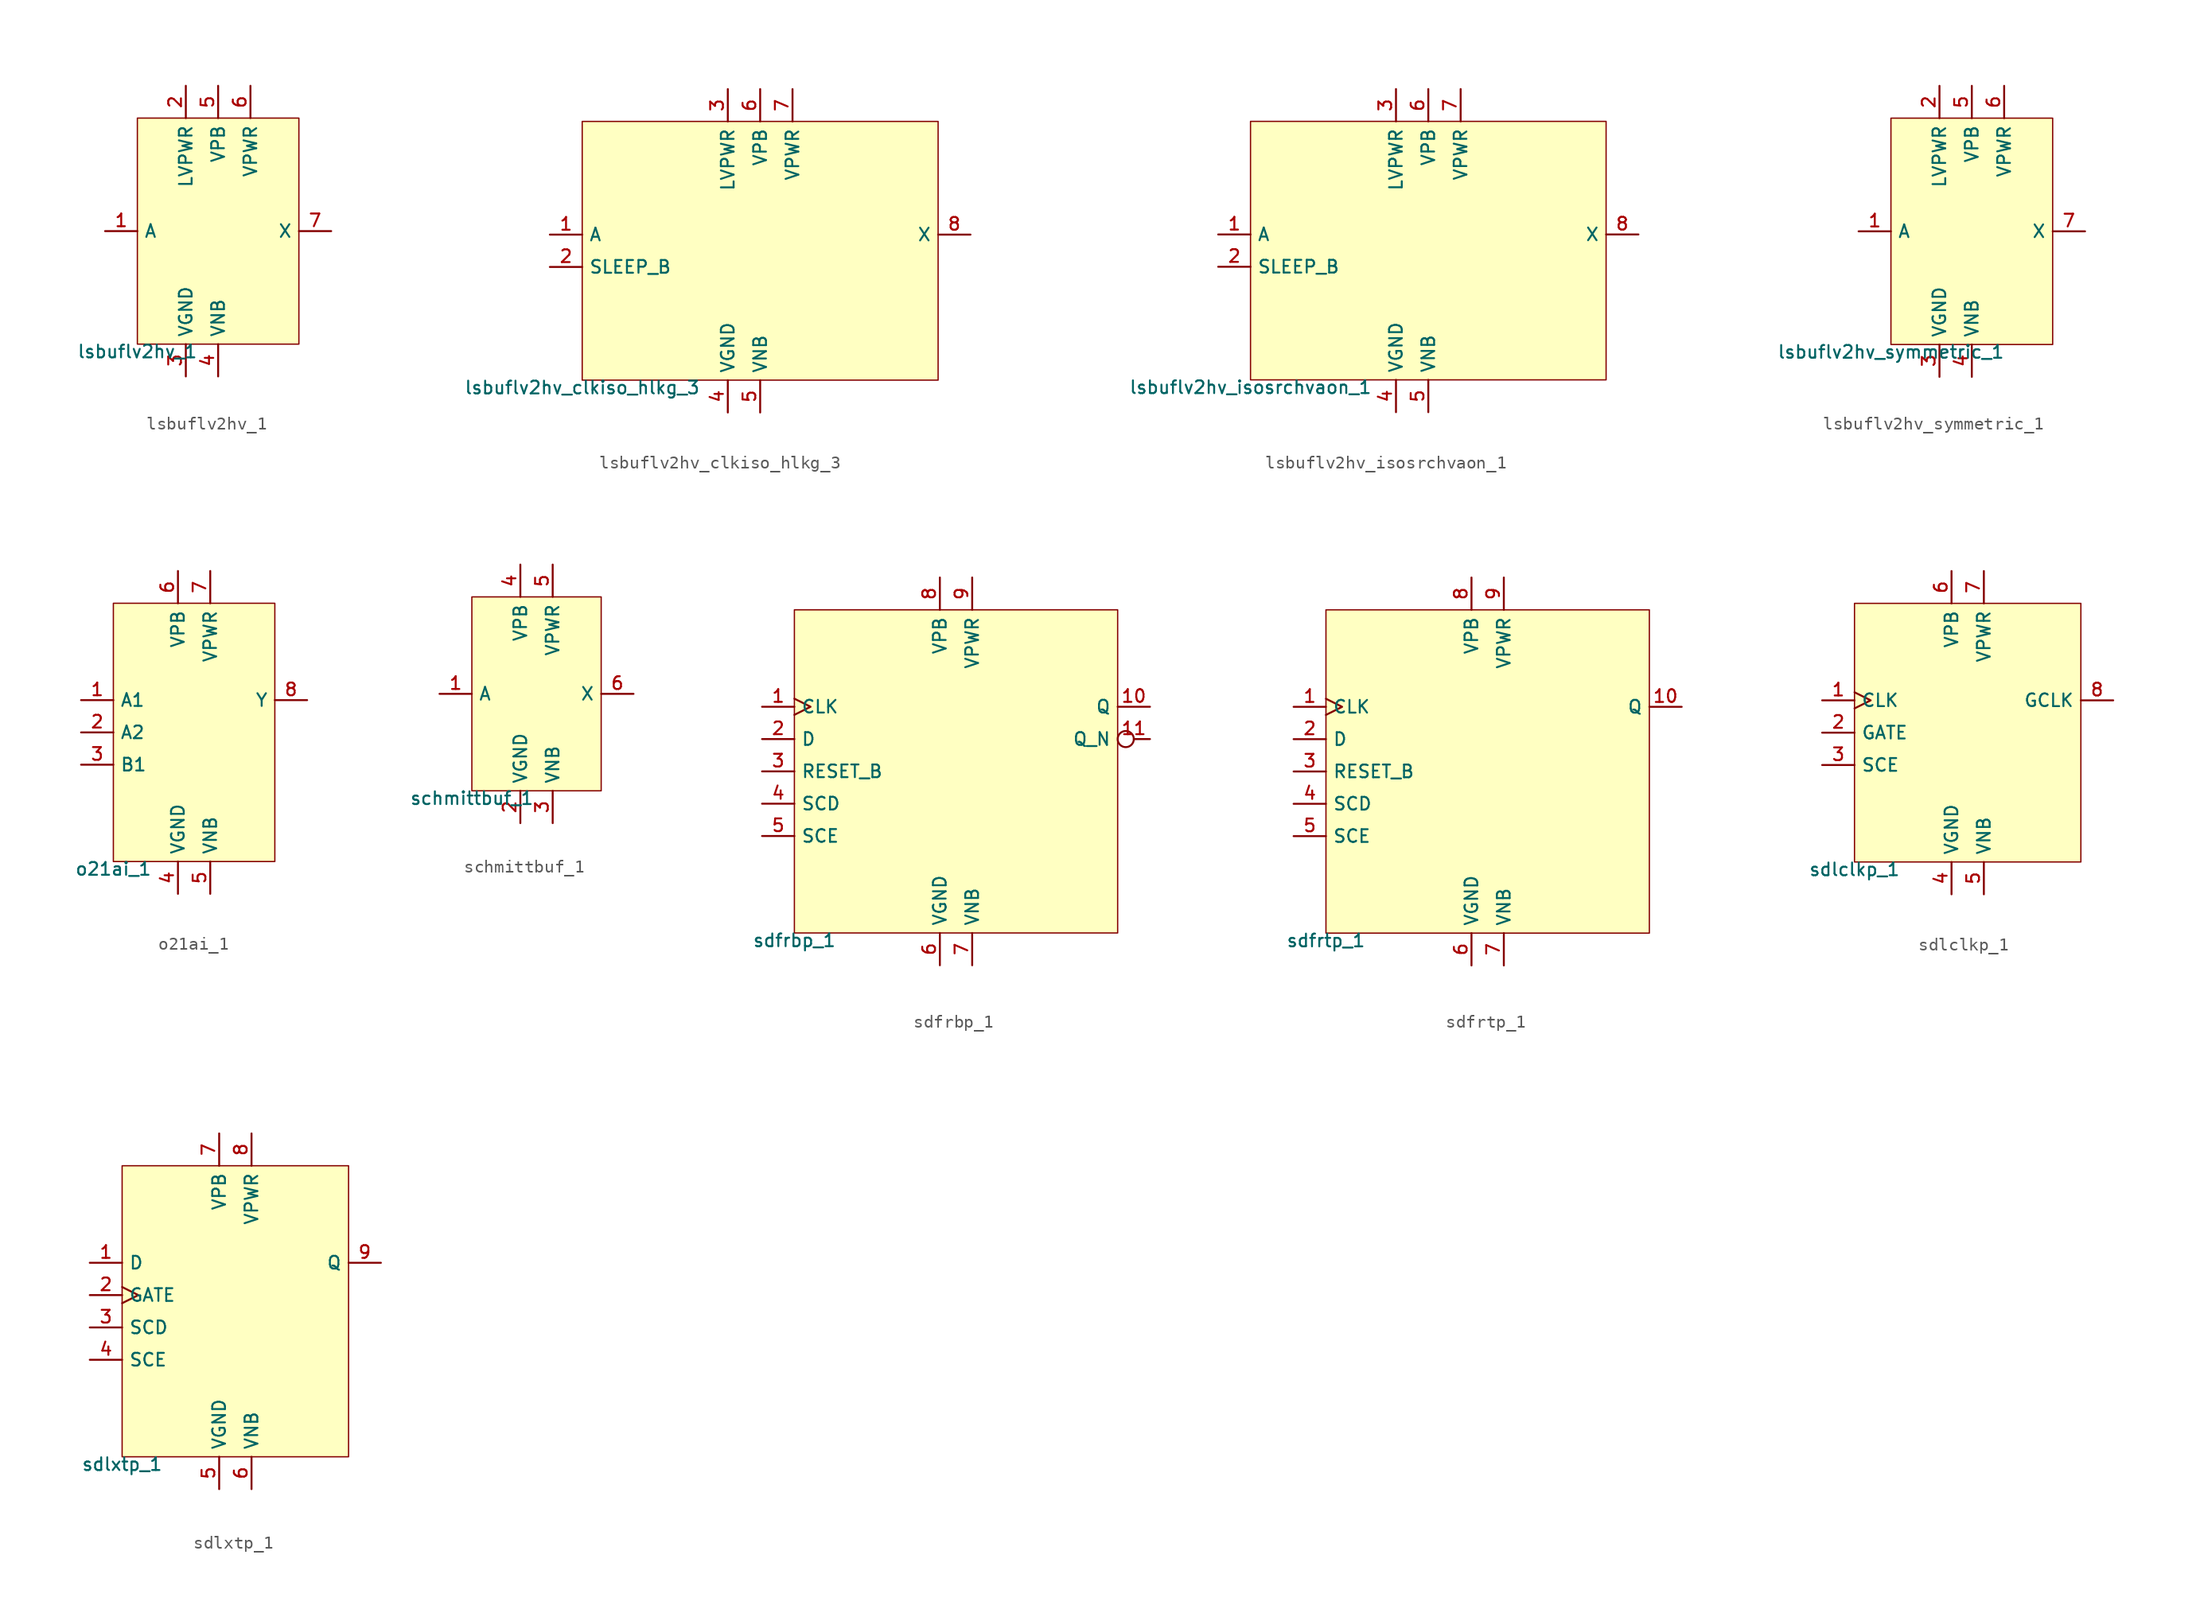
<source format=kicad_sym>
(kicad_symbol_lib
  (version 20211014)
  (generator pdk2kicad)
  (symbol "lsbuflv2hv_1"
    (property "Reference" "X"
      (at 0 0 0)
      (effects (font (size 1 1)) hide))
    (property "Value" "lsbuflv2hv_1"
      (at -6.35 -8.89 0)
      (effects (font (size 1 1)) (justify top)))
    (rectangle
      (start -6.35 -8.89)
      (end 6.35 8.89)
      (stroke (width 0.1) (type solid) (color 0 0 0 0))
      (fill (type background)))
    (pin input line
      (at -8.89 8.881784197001252e-16 0)
      (length 2.54)
      (name "A" (effects (font (size 1 1)) hide))
      (number "1" (effects (font (size 1 1)) hide)))
    (pin power_in line
      (at -2.54 11.43 270)
      (length 2.54)
      (name "LVPWR" (effects (font (size 1 1)) hide))
      (number "2" (effects (font (size 1 1)) hide)))
    (pin power_in line
      (at -2.54 -11.43 90)
      (length 2.54)
      (name "VGND" (effects (font (size 1 1)) hide))
      (number "3" (effects (font (size 1 1)) hide)))
    (pin power_in line
      (at 4.440892098500626e-16 -11.43 90)
      (length 2.54)
      (name "VNB" (effects (font (size 1 1)) hide))
      (number "4" (effects (font (size 1 1)) hide)))
    (pin power_in line
      (at 4.440892098500626e-16 11.43 270)
      (length 2.54)
      (name "VPB" (effects (font (size 1 1)) hide))
      (number "5" (effects (font (size 1 1)) hide)))
    (pin power_in line
      (at 2.54 11.43 270)
      (length 2.54)
      (name "VPWR" (effects (font (size 1 1)) hide))
      (number "6" (effects (font (size 1 1)) hide)))
    (pin output line
      (at 8.89 8.881784197001252e-16 180)
      (length 2.54)
      (name "X" (effects (font (size 1 1)) hide))
      (number "7" (effects (font (size 1 1)) hide))))
  (symbol "lsbuflv2hv_clkiso_hlkg_3"
    (property "Reference" "X"
      (at 0 0 0)
      (effects (font (size 1 1)) hide))
    (property "Value" "lsbuflv2hv_clkiso_hlkg_3"
      (at -13.97 -10.16 0)
      (effects (font (size 1 1)) (justify top)))
    (rectangle
      (start -13.97 -10.16)
      (end 13.97 10.16)
      (stroke (width 0.1) (type solid) (color 0 0 0 0))
      (fill (type background)))
    (pin input line
      (at -16.51 1.27 0)
      (length 2.54)
      (name "A" (effects (font (size 1 1)) hide))
      (number "1" (effects (font (size 1 1)) hide)))
    (pin input line
      (at -16.51 -1.27 0)
      (length 2.54)
      (name "SLEEP_B" (effects (font (size 1 1)) hide))
      (number "2" (effects (font (size 1 1)) hide)))
    (pin power_in line
      (at -2.54 12.7 270)
      (length 2.54)
      (name "LVPWR" (effects (font (size 1 1)) hide))
      (number "3" (effects (font (size 1 1)) hide)))
    (pin power_in line
      (at -2.54 -12.7 90)
      (length 2.54)
      (name "VGND" (effects (font (size 1 1)) hide))
      (number "4" (effects (font (size 1 1)) hide)))
    (pin power_in line
      (at 0.0 -12.7 90)
      (length 2.54)
      (name "VNB" (effects (font (size 1 1)) hide))
      (number "5" (effects (font (size 1 1)) hide)))
    (pin power_in line
      (at 0.0 12.7 270)
      (length 2.54)
      (name "VPB" (effects (font (size 1 1)) hide))
      (number "6" (effects (font (size 1 1)) hide)))
    (pin power_in line
      (at 2.54 12.7 270)
      (length 2.54)
      (name "VPWR" (effects (font (size 1 1)) hide))
      (number "7" (effects (font (size 1 1)) hide)))
    (pin output line
      (at 16.51 1.27 180)
      (length 2.54)
      (name "X" (effects (font (size 1 1)) hide))
      (number "8" (effects (font (size 1 1)) hide))))
  (symbol "lsbuflv2hv_isosrchvaon_1"
    (property "Reference" "X"
      (at 0 0 0)
      (effects (font (size 1 1)) hide))
    (property "Value" "lsbuflv2hv_isosrchvaon_1"
      (at -13.97 -10.16 0)
      (effects (font (size 1 1)) (justify top)))
    (rectangle
      (start -13.97 -10.16)
      (end 13.97 10.16)
      (stroke (width 0.1) (type solid) (color 0 0 0 0))
      (fill (type background)))
    (pin input line
      (at -16.51 1.27 0)
      (length 2.54)
      (name "A" (effects (font (size 1 1)) hide))
      (number "1" (effects (font (size 1 1)) hide)))
    (pin input line
      (at -16.51 -1.27 0)
      (length 2.54)
      (name "SLEEP_B" (effects (font (size 1 1)) hide))
      (number "2" (effects (font (size 1 1)) hide)))
    (pin power_in line
      (at -2.54 12.7 270)
      (length 2.54)
      (name "LVPWR" (effects (font (size 1 1)) hide))
      (number "3" (effects (font (size 1 1)) hide)))
    (pin power_in line
      (at -2.54 -12.7 90)
      (length 2.54)
      (name "VGND" (effects (font (size 1 1)) hide))
      (number "4" (effects (font (size 1 1)) hide)))
    (pin power_in line
      (at 0.0 -12.7 90)
      (length 2.54)
      (name "VNB" (effects (font (size 1 1)) hide))
      (number "5" (effects (font (size 1 1)) hide)))
    (pin power_in line
      (at 0.0 12.7 270)
      (length 2.54)
      (name "VPB" (effects (font (size 1 1)) hide))
      (number "6" (effects (font (size 1 1)) hide)))
    (pin power_in line
      (at 2.54 12.7 270)
      (length 2.54)
      (name "VPWR" (effects (font (size 1 1)) hide))
      (number "7" (effects (font (size 1 1)) hide)))
    (pin output line
      (at 16.51 1.27 180)
      (length 2.54)
      (name "X" (effects (font (size 1 1)) hide))
      (number "8" (effects (font (size 1 1)) hide))))
  (symbol "lsbuflv2hv_symmetric_1"
    (property "Reference" "X"
      (at 0 0 0)
      (effects (font (size 1 1)) hide))
    (property "Value" "lsbuflv2hv_symmetric_1"
      (at -6.35 -8.89 0)
      (effects (font (size 1 1)) (justify top)))
    (rectangle
      (start -6.35 -8.89)
      (end 6.35 8.89)
      (stroke (width 0.1) (type solid) (color 0 0 0 0))
      (fill (type background)))
    (pin input line
      (at -8.89 8.881784197001252e-16 0)
      (length 2.54)
      (name "A" (effects (font (size 1 1)) hide))
      (number "1" (effects (font (size 1 1)) hide)))
    (pin power_in line
      (at -2.54 11.43 270)
      (length 2.54)
      (name "LVPWR" (effects (font (size 1 1)) hide))
      (number "2" (effects (font (size 1 1)) hide)))
    (pin power_in line
      (at -2.54 -11.43 90)
      (length 2.54)
      (name "VGND" (effects (font (size 1 1)) hide))
      (number "3" (effects (font (size 1 1)) hide)))
    (pin power_in line
      (at 4.440892098500626e-16 -11.43 90)
      (length 2.54)
      (name "VNB" (effects (font (size 1 1)) hide))
      (number "4" (effects (font (size 1 1)) hide)))
    (pin power_in line
      (at 4.440892098500626e-16 11.43 270)
      (length 2.54)
      (name "VPB" (effects (font (size 1 1)) hide))
      (number "5" (effects (font (size 1 1)) hide)))
    (pin power_in line
      (at 2.54 11.43 270)
      (length 2.54)
      (name "VPWR" (effects (font (size 1 1)) hide))
      (number "6" (effects (font (size 1 1)) hide)))
    (pin output line
      (at 8.89 8.881784197001252e-16 180)
      (length 2.54)
      (name "X" (effects (font (size 1 1)) hide))
      (number "7" (effects (font (size 1 1)) hide))))
  (symbol "o21ai_1"
    (property "Reference" "X"
      (at 0 0 0)
      (effects (font (size 1 1)) hide))
    (property "Value" "o21ai_1"
      (at -6.35 -10.16 0)
      (effects (font (size 1 1)) (justify top)))
    (rectangle
      (start -6.35 -10.16)
      (end 6.35 10.16)
      (stroke (width 0.1) (type solid) (color 0 0 0 0))
      (fill (type background)))
    (pin input line
      (at -8.89 2.54 0)
      (length 2.54)
      (name "A1" (effects (font (size 1 1)) hide))
      (number "1" (effects (font (size 1 1)) hide)))
    (pin input line
      (at -8.89 0.0 0)
      (length 2.54)
      (name "A2" (effects (font (size 1 1)) hide))
      (number "2" (effects (font (size 1 1)) hide)))
    (pin input line
      (at -8.89 -2.54 0)
      (length 2.54)
      (name "B1" (effects (font (size 1 1)) hide))
      (number "3" (effects (font (size 1 1)) hide)))
    (pin power_in line
      (at -1.27 -12.7 90)
      (length 2.54)
      (name "VGND" (effects (font (size 1 1)) hide))
      (number "4" (effects (font (size 1 1)) hide)))
    (pin power_in line
      (at 1.27 -12.7 90)
      (length 2.54)
      (name "VNB" (effects (font (size 1 1)) hide))
      (number "5" (effects (font (size 1 1)) hide)))
    (pin power_in line
      (at -1.27 12.7 270)
      (length 2.54)
      (name "VPB" (effects (font (size 1 1)) hide))
      (number "6" (effects (font (size 1 1)) hide)))
    (pin power_in line
      (at 1.27 12.7 270)
      (length 2.54)
      (name "VPWR" (effects (font (size 1 1)) hide))
      (number "7" (effects (font (size 1 1)) hide)))
    (pin output line
      (at 8.89 2.54 180)
      (length 2.54)
      (name "Y" (effects (font (size 1 1)) hide))
      (number "8" (effects (font (size 1 1)) hide))))
  (symbol "schmittbuf_1"
    (property "Reference" "X"
      (at 0 0 0)
      (effects (font (size 1 1)) hide))
    (property "Value" "schmittbuf_1"
      (at -5.08 -7.62 0)
      (effects (font (size 1 1)) (justify top)))
    (rectangle
      (start -5.08 -7.62)
      (end 5.08 7.62)
      (stroke (width 0.1) (type solid) (color 0 0 0 0))
      (fill (type background)))
    (pin input line
      (at -7.62 0.0 0)
      (length 2.54)
      (name "A" (effects (font (size 1 1)) hide))
      (number "1" (effects (font (size 1 1)) hide)))
    (pin power_in line
      (at -1.27 -10.16 90)
      (length 2.54)
      (name "VGND" (effects (font (size 1 1)) hide))
      (number "2" (effects (font (size 1 1)) hide)))
    (pin power_in line
      (at 1.27 -10.16 90)
      (length 2.54)
      (name "VNB" (effects (font (size 1 1)) hide))
      (number "3" (effects (font (size 1 1)) hide)))
    (pin power_in line
      (at -1.27 10.16 270)
      (length 2.54)
      (name "VPB" (effects (font (size 1 1)) hide))
      (number "4" (effects (font (size 1 1)) hide)))
    (pin power_in line
      (at 1.27 10.16 270)
      (length 2.54)
      (name "VPWR" (effects (font (size 1 1)) hide))
      (number "5" (effects (font (size 1 1)) hide)))
    (pin output line
      (at 7.62 0.0 180)
      (length 2.54)
      (name "X" (effects (font (size 1 1)) hide))
      (number "6" (effects (font (size 1 1)) hide))))
  (symbol "sdfrbp_1"
    (property "Reference" "X"
      (at 0 0 0)
      (effects (font (size 1 1)) hide))
    (property "Value" "sdfrbp_1"
      (at -12.7 -12.7 0)
      (effects (font (size 1 1)) (justify top)))
    (rectangle
      (start -12.7 -12.7)
      (end 12.7 12.7)
      (stroke (width 0.1) (type solid) (color 0 0 0 0))
      (fill (type background)))
    (pin input clock
      (at -15.24 5.08 0)
      (length 2.54)
      (name "CLK" (effects (font (size 1 1)) hide))
      (number "1" (effects (font (size 1 1)) hide)))
    (pin input line
      (at -15.24 2.54 0)
      (length 2.54)
      (name "D" (effects (font (size 1 1)) hide))
      (number "2" (effects (font (size 1 1)) hide)))
    (pin input line
      (at -15.24 -8.881784197001252e-16 0)
      (length 2.54)
      (name "RESET_B" (effects (font (size 1 1)) hide))
      (number "3" (effects (font (size 1 1)) hide)))
    (pin input line
      (at -15.24 -2.54 0)
      (length 2.54)
      (name "SCD" (effects (font (size 1 1)) hide))
      (number "4" (effects (font (size 1 1)) hide)))
    (pin input line
      (at -15.24 -5.08 0)
      (length 2.54)
      (name "SCE" (effects (font (size 1 1)) hide))
      (number "5" (effects (font (size 1 1)) hide)))
    (pin power_in line
      (at -1.27 -15.24 90)
      (length 2.54)
      (name "VGND" (effects (font (size 1 1)) hide))
      (number "6" (effects (font (size 1 1)) hide)))
    (pin power_in line
      (at 1.27 -15.24 90)
      (length 2.54)
      (name "VNB" (effects (font (size 1 1)) hide))
      (number "7" (effects (font (size 1 1)) hide)))
    (pin power_in line
      (at -1.27 15.24 270)
      (length 2.54)
      (name "VPB" (effects (font (size 1 1)) hide))
      (number "8" (effects (font (size 1 1)) hide)))
    (pin power_in line
      (at 1.27 15.24 270)
      (length 2.54)
      (name "VPWR" (effects (font (size 1 1)) hide))
      (number "9" (effects (font (size 1 1)) hide)))
    (pin output line
      (at 15.24 5.08 180)
      (length 2.54)
      (name "Q" (effects (font (size 1 1)) hide))
      (number "10" (effects (font (size 1 1)) hide)))
    (pin output inverted
      (at 15.24 2.54 180)
      (length 2.54)
      (name "Q_N" (effects (font (size 1 1)) hide))
      (number "11" (effects (font (size 1 1)) hide))))
  (symbol "sdfrtp_1"
    (property "Reference" "X"
      (at 0 0 0)
      (effects (font (size 1 1)) hide))
    (property "Value" "sdfrtp_1"
      (at -12.7 -12.7 0)
      (effects (font (size 1 1)) (justify top)))
    (rectangle
      (start -12.7 -12.7)
      (end 12.7 12.7)
      (stroke (width 0.1) (type solid) (color 0 0 0 0))
      (fill (type background)))
    (pin input clock
      (at -15.24 5.08 0)
      (length 2.54)
      (name "CLK" (effects (font (size 1 1)) hide))
      (number "1" (effects (font (size 1 1)) hide)))
    (pin input line
      (at -15.24 2.54 0)
      (length 2.54)
      (name "D" (effects (font (size 1 1)) hide))
      (number "2" (effects (font (size 1 1)) hide)))
    (pin input line
      (at -15.24 -8.881784197001252e-16 0)
      (length 2.54)
      (name "RESET_B" (effects (font (size 1 1)) hide))
      (number "3" (effects (font (size 1 1)) hide)))
    (pin input line
      (at -15.24 -2.54 0)
      (length 2.54)
      (name "SCD" (effects (font (size 1 1)) hide))
      (number "4" (effects (font (size 1 1)) hide)))
    (pin input line
      (at -15.24 -5.08 0)
      (length 2.54)
      (name "SCE" (effects (font (size 1 1)) hide))
      (number "5" (effects (font (size 1 1)) hide)))
    (pin power_in line
      (at -1.27 -15.24 90)
      (length 2.54)
      (name "VGND" (effects (font (size 1 1)) hide))
      (number "6" (effects (font (size 1 1)) hide)))
    (pin power_in line
      (at 1.27 -15.24 90)
      (length 2.54)
      (name "VNB" (effects (font (size 1 1)) hide))
      (number "7" (effects (font (size 1 1)) hide)))
    (pin power_in line
      (at -1.27 15.24 270)
      (length 2.54)
      (name "VPB" (effects (font (size 1 1)) hide))
      (number "8" (effects (font (size 1 1)) hide)))
    (pin power_in line
      (at 1.27 15.24 270)
      (length 2.54)
      (name "VPWR" (effects (font (size 1 1)) hide))
      (number "9" (effects (font (size 1 1)) hide)))
    (pin output line
      (at 15.24 5.08 180)
      (length 2.54)
      (name "Q" (effects (font (size 1 1)) hide))
      (number "10" (effects (font (size 1 1)) hide))))
  (symbol "sdlclkp_1"
    (property "Reference" "X"
      (at 0 0 0)
      (effects (font (size 1 1)) hide))
    (property "Value" "sdlclkp_1"
      (at -8.89 -10.16 0)
      (effects (font (size 1 1)) (justify top)))
    (rectangle
      (start -8.89 -10.16)
      (end 8.89 10.16)
      (stroke (width 0.1) (type solid) (color 0 0 0 0))
      (fill (type background)))
    (pin input clock
      (at -11.43 2.54 0)
      (length 2.54)
      (name "CLK" (effects (font (size 1 1)) hide))
      (number "1" (effects (font (size 1 1)) hide)))
    (pin input line
      (at -11.43 0.0 0)
      (length 2.54)
      (name "GATE" (effects (font (size 1 1)) hide))
      (number "2" (effects (font (size 1 1)) hide)))
    (pin input line
      (at -11.43 -2.54 0)
      (length 2.54)
      (name "SCE" (effects (font (size 1 1)) hide))
      (number "3" (effects (font (size 1 1)) hide)))
    (pin power_in line
      (at -1.27 -12.7 90)
      (length 2.54)
      (name "VGND" (effects (font (size 1 1)) hide))
      (number "4" (effects (font (size 1 1)) hide)))
    (pin power_in line
      (at 1.27 -12.7 90)
      (length 2.54)
      (name "VNB" (effects (font (size 1 1)) hide))
      (number "5" (effects (font (size 1 1)) hide)))
    (pin power_in line
      (at -1.27 12.7 270)
      (length 2.54)
      (name "VPB" (effects (font (size 1 1)) hide))
      (number "6" (effects (font (size 1 1)) hide)))
    (pin power_in line
      (at 1.27 12.7 270)
      (length 2.54)
      (name "VPWR" (effects (font (size 1 1)) hide))
      (number "7" (effects (font (size 1 1)) hide)))
    (pin output line
      (at 11.43 2.54 180)
      (length 2.54)
      (name "GCLK" (effects (font (size 1 1)) hide))
      (number "8" (effects (font (size 1 1)) hide))))
  (symbol "sdlxtp_1"
    (property "Reference" "X"
      (at 0 0 0)
      (effects (font (size 1 1)) hide))
    (property "Value" "sdlxtp_1"
      (at -8.89 -11.43 0)
      (effects (font (size 1 1)) (justify top)))
    (rectangle
      (start -8.89 -11.43)
      (end 8.89 11.43)
      (stroke (width 0.1) (type solid) (color 0 0 0 0))
      (fill (type background)))
    (pin input line
      (at -11.43 3.81 0)
      (length 2.54)
      (name "D" (effects (font (size 1 1)) hide))
      (number "1" (effects (font (size 1 1)) hide)))
    (pin input clock
      (at -11.43 1.27 0)
      (length 2.54)
      (name "GATE" (effects (font (size 1 1)) hide))
      (number "2" (effects (font (size 1 1)) hide)))
    (pin input line
      (at -11.43 -1.27 0)
      (length 2.54)
      (name "SCD" (effects (font (size 1 1)) hide))
      (number "3" (effects (font (size 1 1)) hide)))
    (pin input line
      (at -11.43 -3.81 0)
      (length 2.54)
      (name "SCE" (effects (font (size 1 1)) hide))
      (number "4" (effects (font (size 1 1)) hide)))
    (pin power_in line
      (at -1.27 -13.97 90)
      (length 2.54)
      (name "VGND" (effects (font (size 1 1)) hide))
      (number "5" (effects (font (size 1 1)) hide)))
    (pin power_in line
      (at 1.27 -13.97 90)
      (length 2.54)
      (name "VNB" (effects (font (size 1 1)) hide))
      (number "6" (effects (font (size 1 1)) hide)))
    (pin power_in line
      (at -1.27 13.97 270)
      (length 2.54)
      (name "VPB" (effects (font (size 1 1)) hide))
      (number "7" (effects (font (size 1 1)) hide)))
    (pin power_in line
      (at 1.27 13.97 270)
      (length 2.54)
      (name "VPWR" (effects (font (size 1 1)) hide))
      (number "8" (effects (font (size 1 1)) hide)))
    (pin output line
      (at 11.43 3.81 180)
      (length 2.54)
      (name "Q" (effects (font (size 1 1)) hide))
      (number "9" (effects (font (size 1 1)) hide)))))
</source>
